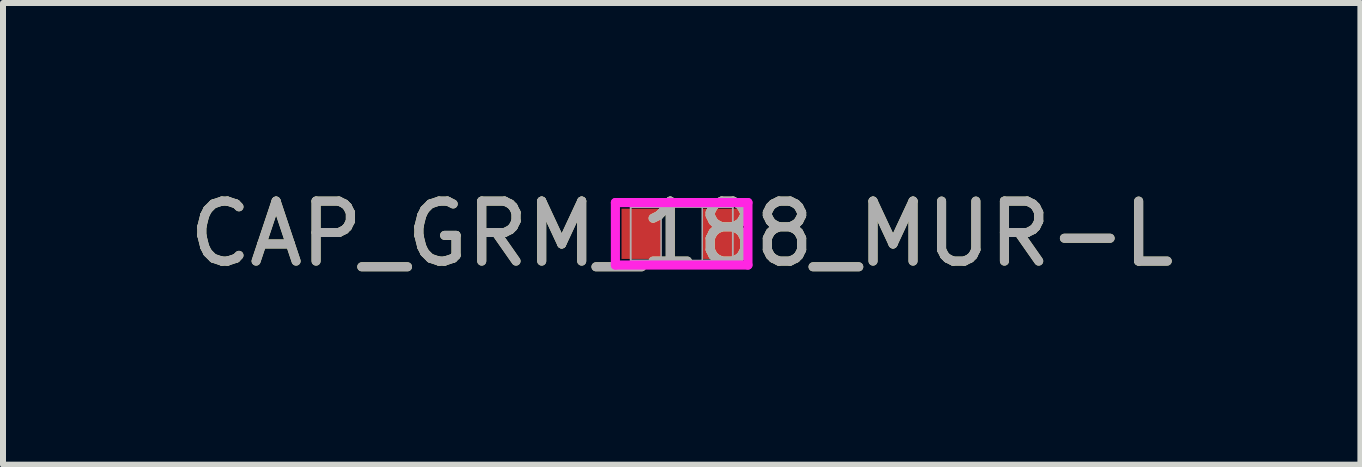
<source format=kicad_pcb>
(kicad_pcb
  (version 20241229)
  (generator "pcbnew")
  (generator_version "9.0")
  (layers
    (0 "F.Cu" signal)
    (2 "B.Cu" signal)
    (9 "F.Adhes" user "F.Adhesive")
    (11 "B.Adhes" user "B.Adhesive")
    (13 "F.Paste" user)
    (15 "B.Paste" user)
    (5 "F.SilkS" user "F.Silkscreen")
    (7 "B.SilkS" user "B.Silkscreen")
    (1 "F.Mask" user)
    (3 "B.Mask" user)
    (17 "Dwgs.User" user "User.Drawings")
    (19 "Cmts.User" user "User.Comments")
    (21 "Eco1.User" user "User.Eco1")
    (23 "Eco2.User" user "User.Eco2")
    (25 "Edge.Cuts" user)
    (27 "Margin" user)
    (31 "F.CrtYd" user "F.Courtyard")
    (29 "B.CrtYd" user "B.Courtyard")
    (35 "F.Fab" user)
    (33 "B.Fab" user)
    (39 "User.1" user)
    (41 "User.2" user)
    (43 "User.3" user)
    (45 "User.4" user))
  (footprint "CAP_GRM_188_MUR-L"
    (layer "F.Cu")
    (at 8.315 0.848)
    (property "Reference" "CAP_GRM_188_MUR-L" (at 0 0 0) (unlocked yes) (layer "F.SilkS") (effects (font (size 1 1) (thickness 0.15))))
    (attr smd)
    (fp_line (start -1.105 -0.521) (end 1.105 -0.521) (stroke (width 0.152) (type solid)) (layer "F.CrtYd"))
    (fp_line (start -1.105 0.521) (end -1.105 -0.521) (stroke (width 0.152) (type solid)) (layer "F.CrtYd"))
    (fp_line (start 1.105 -0.521) (end 1.105 0.521) (stroke (width 0.152) (type solid)) (layer "F.CrtYd"))
    (fp_line (start 1.105 0.521) (end -1.105 0.521) (stroke (width 0.152) (type solid)) (layer "F.CrtYd"))
    (fp_line (start -0.851 -0.445) (end -0.851 0.445) (stroke (width 0.025) (type solid)) (layer "F.Fab"))
    (fp_line (start -0.851 -0.445) (end -0.851 0.445) (stroke (width 0.025) (type solid)) (layer "F.Fab"))
    (fp_line (start -0.851 0.445) (end -0.343 0.445) (stroke (width 0.025) (type solid)) (layer "F.Fab"))
    (fp_line (start -0.851 0.445) (end 0.851 0.445) (stroke (width 0.025) (type solid)) (layer "F.Fab"))
    (fp_line (start -0.343 -0.445) (end -0.851 -0.445) (stroke (width 0.025) (type solid)) (layer "F.Fab"))
    (fp_line (start -0.343 0.445) (end -0.343 -0.445) (stroke (width 0.025) (type solid)) (layer "F.Fab"))
    (fp_line (start 0.343 -0.445) (end 0.343 0.445) (stroke (width 0.025) (type solid)) (layer "F.Fab"))
    (fp_line (start 0.343 0.445) (end 0.851 0.445) (stroke (width 0.025) (type solid)) (layer "F.Fab"))
    (fp_line (start 0.851 -0.445) (end -0.851 -0.445) (stroke (width 0.025) (type solid)) (layer "F.Fab"))
    (fp_line (start 0.851 -0.445) (end 0.343 -0.445) (stroke (width 0.025) (type solid)) (layer "F.Fab"))
    (fp_line (start 0.851 0.445) (end 0.851 -0.445) (stroke (width 0.025) (type solid)) (layer "F.Fab"))
    (fp_line (start 0.851 0.445) (end 0.851 -0.445) (stroke (width 0.025) (type solid)) (layer "F.Fab"))
    (fp_text user "${REFERENCE}" (at 0 0 0) (unlocked yes) (layer "F.Fab") (effects (font (size 1 1) (thickness 0.15))))
    (pad "1" smd rect (at -0.673 0) (size 0.66 0.838) (layers "F.Cu" "F.Mask" "F.Paste"))
    (pad "2" smd rect (at 0.673 0) (size 0.66 0.838) (layers "F.Cu" "F.Mask" "F.Paste"))
    (zone (net_name "") (layer "F.Cu") (hatch full 0.508) (connect_pads) (min_thickness 0.254) (filled_areas_thickness no) (keepout (tracks not_allowed) (vias not_allowed) (pads allowed) (copperpour not_allowed) (footprints allowed)) (placement (enabled no)) (fill) (polygon (pts (xy 8.023 0.455) (xy 8.608 0.455) (xy 8.608 1.242) (xy 8.023 1.242)))))
  (gr_rect
    (start -3 -3)
    (end 19.631 4.697)
    (stroke (width 0.1) (type default))
    (fill no)
    (layer "Edge.Cuts")))
</source>
